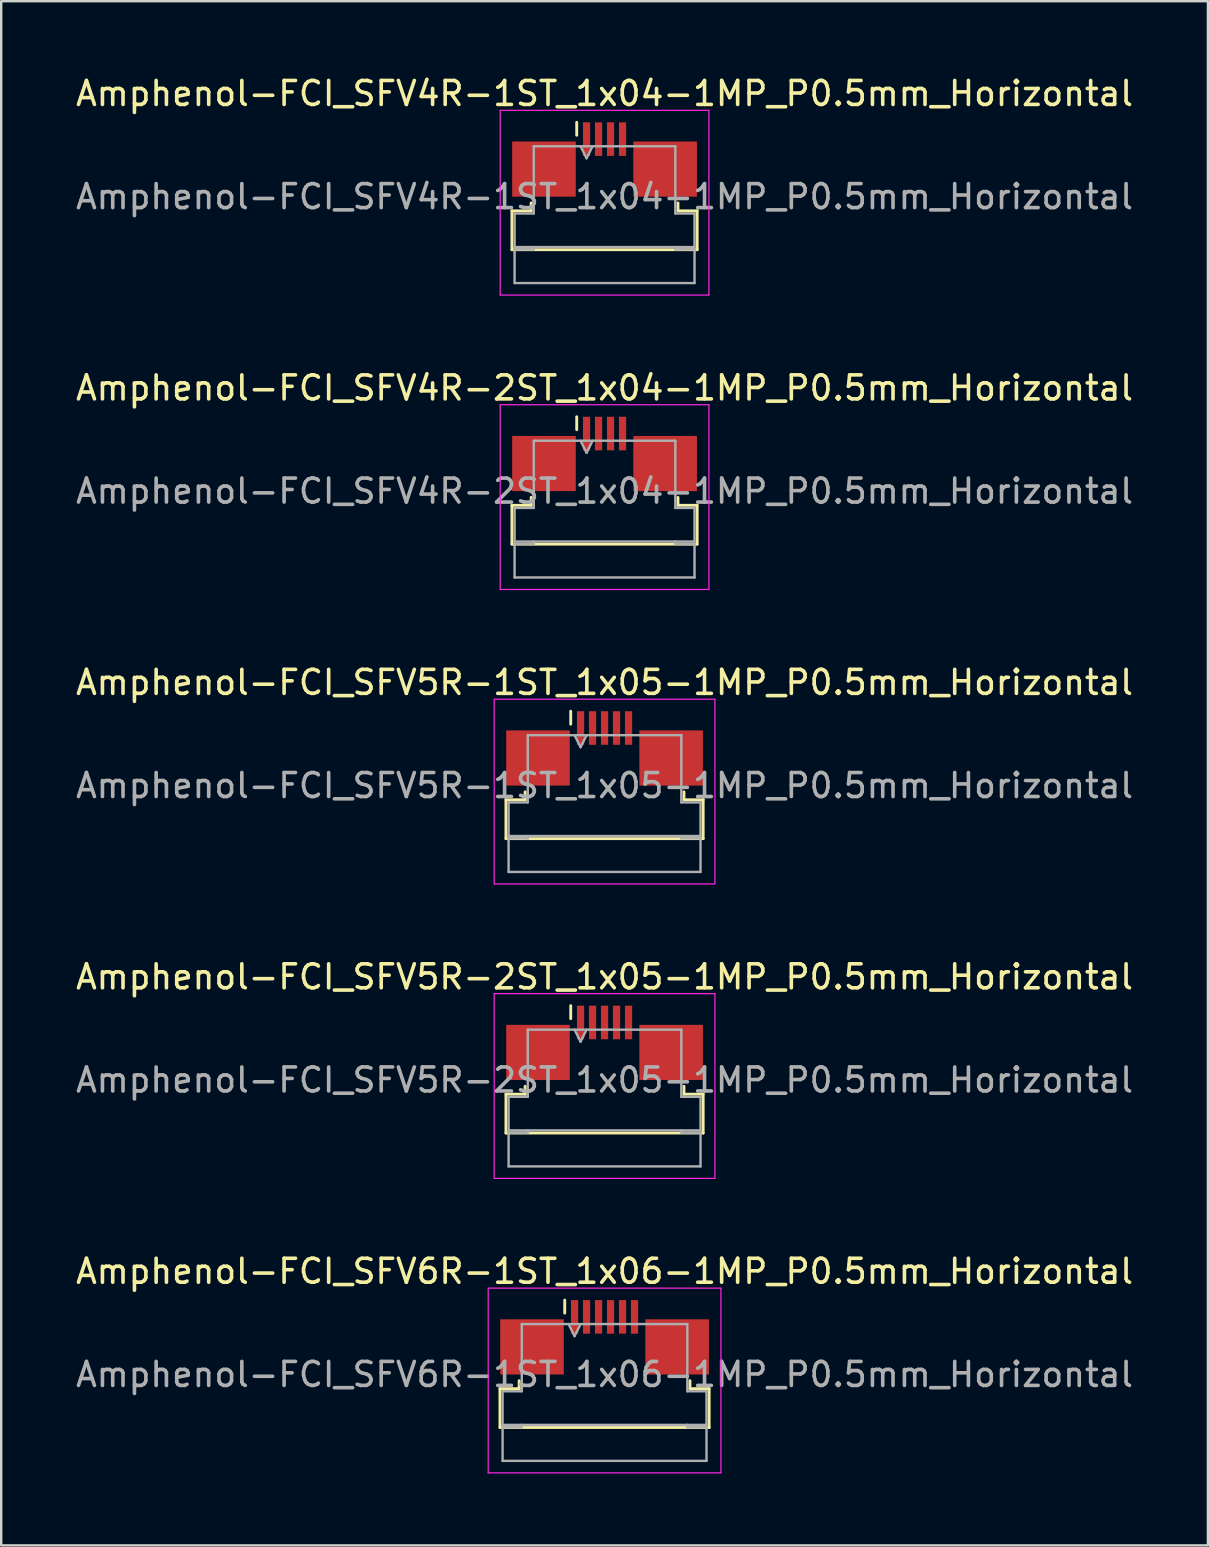
<source format=kicad_pcb>
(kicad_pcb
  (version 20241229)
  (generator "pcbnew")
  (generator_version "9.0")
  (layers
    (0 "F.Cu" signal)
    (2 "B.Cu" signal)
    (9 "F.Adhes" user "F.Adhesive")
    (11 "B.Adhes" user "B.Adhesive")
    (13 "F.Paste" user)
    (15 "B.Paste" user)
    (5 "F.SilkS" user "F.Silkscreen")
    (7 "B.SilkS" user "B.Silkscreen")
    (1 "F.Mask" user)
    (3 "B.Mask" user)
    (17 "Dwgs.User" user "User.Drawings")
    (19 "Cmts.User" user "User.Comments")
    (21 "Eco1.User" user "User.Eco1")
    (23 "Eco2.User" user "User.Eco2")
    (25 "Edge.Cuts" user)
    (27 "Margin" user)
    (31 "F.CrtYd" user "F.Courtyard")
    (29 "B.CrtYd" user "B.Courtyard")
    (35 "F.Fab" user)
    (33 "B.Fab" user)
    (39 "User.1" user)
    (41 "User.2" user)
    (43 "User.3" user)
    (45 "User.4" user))
  (footprint "Amphenol-FCI_SFV4R-1ST_1x04-1MP_P0.5mm_Horizontal"
    (layer "F.Cu")
    (at 22.149 4.748)
    (property "Reference" "Amphenol-FCI_SFV4R-1ST_1x04-1MP_P0.5mm_Horizontal" (at 0 -3.9 0) (layer "F.SilkS") (effects (font (size 1 1) (thickness 0.15))))
    (attr smd)
    (fp_line (start -3.86 0.99) (end -3.06 0.99) (stroke (width 0.12) (type solid)) (layer "F.SilkS"))
    (fp_line (start -3.86 2.61) (end -3.86 0.99) (stroke (width 0.12) (type solid)) (layer "F.SilkS"))
    (fp_line (start -3.06 0.99) (end -3.06 0.66) (stroke (width 0.12) (type solid)) (layer "F.SilkS"))
    (fp_line (start -1.16 -2.16) (end -1.16 -2.7) (stroke (width 0.12) (type solid)) (layer "F.SilkS"))
    (fp_line (start 3.06 0.66) (end 3.06 0.99) (stroke (width 0.12) (type solid)) (layer "F.SilkS"))
    (fp_line (start 3.06 0.99) (end 3.86 0.99) (stroke (width 0.12) (type solid)) (layer "F.SilkS"))
    (fp_line (start 3.86 0.99) (end 3.86 2.61) (stroke (width 0.12) (type solid)) (layer "F.SilkS"))
    (fp_line (start 3.86 2.61) (end -3.86 2.61) (stroke (width 0.12) (type solid)) (layer "F.SilkS"))
    (fp_line (start -4.35 -3.2) (end -4.35 4.5) (stroke (width 0.05) (type solid)) (layer "F.CrtYd"))
    (fp_line (start -4.35 4.5) (end 4.35 4.5) (stroke (width 0.05) (type solid)) (layer "F.CrtYd"))
    (fp_line (start 4.35 -3.2) (end -4.35 -3.2) (stroke (width 0.05) (type solid)) (layer "F.CrtYd"))
    (fp_line (start 4.35 4.5) (end 4.35 -3.2) (stroke (width 0.05) (type solid)) (layer "F.CrtYd"))
    (fp_line (start -3.75 1.1) (end -2.95 1.1) (stroke (width 0.1) (type solid)) (layer "F.Fab"))
    (fp_line (start -3.75 2.5) (end -3.75 1.1) (stroke (width 0.1) (type solid)) (layer "F.Fab"))
    (fp_line (start -3.75 2.6) (end -2.95 2.6) (stroke (width 0.1) (type solid)) (layer "F.Fab"))
    (fp_line (start -3.75 4) (end -3.75 2.6) (stroke (width 0.1) (type solid)) (layer "F.Fab"))
    (fp_line (start -2.95 -1.7) (end 2.95 -1.7) (stroke (width 0.1) (type solid)) (layer "F.Fab"))
    (fp_line (start -2.95 1.1) (end -2.95 -1.7) (stroke (width 0.1) (type solid)) (layer "F.Fab"))
    (fp_line (start -2.95 2.6) (end -2.95 2.5) (stroke (width 0.1) (type solid)) (layer "F.Fab"))
    (fp_line (start -1 -1.7) (end -0.75 -1.2) (stroke (width 0.1) (type solid)) (layer "F.Fab"))
    (fp_line (start -0.75 -1.2) (end -0.5 -1.7) (stroke (width 0.1) (type solid)) (layer "F.Fab"))
    (fp_line (start 2.95 -1.7) (end 2.95 1.1) (stroke (width 0.1) (type solid)) (layer "F.Fab"))
    (fp_line (start 2.95 1.1) (end 3.75 1.1) (stroke (width 0.1) (type solid)) (layer "F.Fab"))
    (fp_line (start 2.95 2.5) (end 2.95 2.6) (stroke (width 0.1) (type solid)) (layer "F.Fab"))
    (fp_line (start 2.95 2.6) (end 3.75 2.6) (stroke (width 0.1) (type solid)) (layer "F.Fab"))
    (fp_line (start 3.75 1.1) (end 3.75 2.5) (stroke (width 0.1) (type solid)) (layer "F.Fab"))
    (fp_line (start 3.75 2.5) (end -3.75 2.5) (stroke (width 0.1) (type solid)) (layer "F.Fab"))
    (fp_line (start 3.75 2.6) (end 3.75 4) (stroke (width 0.1) (type solid)) (layer "F.Fab"))
    (fp_line (start 3.75 4) (end -3.75 4) (stroke (width 0.1) (type solid)) (layer "F.Fab"))
    (fp_text user "${REFERENCE}" (at 0 0.4 0) (layer "F.Fab") (effects (font (size 1 1) (thickness 0.15))))
    (pad "1" smd rect (at -0.75 -2) (size 0.3 1.4) (layers "F.Cu" "F.Mask" "F.Paste"))
    (pad "2" smd rect (at -0.25 -2) (size 0.3 1.4) (layers "F.Cu" "F.Mask" "F.Paste"))
    (pad "3" smd rect (at 0.25 -2) (size 0.3 1.4) (layers "F.Cu" "F.Mask" "F.Paste"))
    (pad "4" smd rect (at 0.75 -2) (size 0.3 1.4) (layers "F.Cu" "F.Mask" "F.Paste"))
    (pad "MP" smd rect (at -2.525 -0.75) (size 2.65 2.3) (layers "F.Cu" "F.Mask" "F.Paste"))
    (pad "MP" smd rect (at 2.525 -0.75) (size 2.65 2.3) (layers "F.Cu" "F.Mask" "F.Paste")))
  (footprint "Amphenol-FCI_SFV5R-1ST_1x05-1MP_P0.5mm_Horizontal"
    (layer "F.Cu")
    (at 22.149 29.295)
    (property "Reference" "Amphenol-FCI_SFV5R-1ST_1x05-1MP_P0.5mm_Horizontal" (at 0 -3.9 0) (layer "F.SilkS") (effects (font (size 1 1) (thickness 0.15))))
    (attr smd)
    (fp_line (start -4.11 0.99) (end -3.31 0.99) (stroke (width 0.12) (type solid)) (layer "F.SilkS"))
    (fp_line (start -4.11 2.61) (end -4.11 0.99) (stroke (width 0.12) (type solid)) (layer "F.SilkS"))
    (fp_line (start -3.31 0.99) (end -3.31 0.66) (stroke (width 0.12) (type solid)) (layer "F.SilkS"))
    (fp_line (start -1.41 -2.16) (end -1.41 -2.7) (stroke (width 0.12) (type solid)) (layer "F.SilkS"))
    (fp_line (start 3.31 0.66) (end 3.31 0.99) (stroke (width 0.12) (type solid)) (layer "F.SilkS"))
    (fp_line (start 3.31 0.99) (end 4.11 0.99) (stroke (width 0.12) (type solid)) (layer "F.SilkS"))
    (fp_line (start 4.11 0.99) (end 4.11 2.61) (stroke (width 0.12) (type solid)) (layer "F.SilkS"))
    (fp_line (start 4.11 2.61) (end -4.11 2.61) (stroke (width 0.12) (type solid)) (layer "F.SilkS"))
    (fp_line (start -4.6 -3.2) (end -4.6 4.5) (stroke (width 0.05) (type solid)) (layer "F.CrtYd"))
    (fp_line (start -4.6 4.5) (end 4.6 4.5) (stroke (width 0.05) (type solid)) (layer "F.CrtYd"))
    (fp_line (start 4.6 -3.2) (end -4.6 -3.2) (stroke (width 0.05) (type solid)) (layer "F.CrtYd"))
    (fp_line (start 4.6 4.5) (end 4.6 -3.2) (stroke (width 0.05) (type solid)) (layer "F.CrtYd"))
    (fp_line (start -4 1.1) (end -3.2 1.1) (stroke (width 0.1) (type solid)) (layer "F.Fab"))
    (fp_line (start -4 2.5) (end -4 1.1) (stroke (width 0.1) (type solid)) (layer "F.Fab"))
    (fp_line (start -4 2.6) (end -3.2 2.6) (stroke (width 0.1) (type solid)) (layer "F.Fab"))
    (fp_line (start -4 4) (end -4 2.6) (stroke (width 0.1) (type solid)) (layer "F.Fab"))
    (fp_line (start -3.2 -1.7) (end 3.2 -1.7) (stroke (width 0.1) (type solid)) (layer "F.Fab"))
    (fp_line (start -3.2 1.1) (end -3.2 -1.7) (stroke (width 0.1) (type solid)) (layer "F.Fab"))
    (fp_line (start -3.2 2.6) (end -3.2 2.5) (stroke (width 0.1) (type solid)) (layer "F.Fab"))
    (fp_line (start -1.25 -1.7) (end -1 -1.2) (stroke (width 0.1) (type solid)) (layer "F.Fab"))
    (fp_line (start -1 -1.2) (end -0.75 -1.7) (stroke (width 0.1) (type solid)) (layer "F.Fab"))
    (fp_line (start 3.2 -1.7) (end 3.2 1.1) (stroke (width 0.1) (type solid)) (layer "F.Fab"))
    (fp_line (start 3.2 1.1) (end 4 1.1) (stroke (width 0.1) (type solid)) (layer "F.Fab"))
    (fp_line (start 3.2 2.5) (end 3.2 2.6) (stroke (width 0.1) (type solid)) (layer "F.Fab"))
    (fp_line (start 3.2 2.6) (end 4 2.6) (stroke (width 0.1) (type solid)) (layer "F.Fab"))
    (fp_line (start 4 1.1) (end 4 2.5) (stroke (width 0.1) (type solid)) (layer "F.Fab"))
    (fp_line (start 4 2.5) (end -4 2.5) (stroke (width 0.1) (type solid)) (layer "F.Fab"))
    (fp_line (start 4 2.6) (end 4 4) (stroke (width 0.1) (type solid)) (layer "F.Fab"))
    (fp_line (start 4 4) (end -4 4) (stroke (width 0.1) (type solid)) (layer "F.Fab"))
    (fp_text user "${REFERENCE}" (at 0 0.4 0) (layer "F.Fab") (effects (font (size 1 1) (thickness 0.15))))
    (pad "1" smd rect (at -1 -2) (size 0.3 1.4) (layers "F.Cu" "F.Mask" "F.Paste"))
    (pad "2" smd rect (at -0.5 -2) (size 0.3 1.4) (layers "F.Cu" "F.Mask" "F.Paste"))
    (pad "3" smd rect (at 0 -2) (size 0.3 1.4) (layers "F.Cu" "F.Mask" "F.Paste"))
    (pad "4" smd rect (at 0.5 -2) (size 0.3 1.4) (layers "F.Cu" "F.Mask" "F.Paste"))
    (pad "5" smd rect (at 1 -2) (size 0.3 1.4) (layers "F.Cu" "F.Mask" "F.Paste"))
    (pad "MP" smd rect (at -2.775 -0.75) (size 2.65 2.3) (layers "F.Cu" "F.Mask" "F.Paste"))
    (pad "MP" smd rect (at 2.775 -0.75) (size 2.65 2.3) (layers "F.Cu" "F.Mask" "F.Paste")))
  (footprint "Amphenol-FCI_SFV5R-2ST_1x05-1MP_P0.5mm_Horizontal"
    (layer "F.Cu")
    (at 22.149 41.568)
    (property "Reference" "Amphenol-FCI_SFV5R-2ST_1x05-1MP_P0.5mm_Horizontal" (at 0 -3.9 0) (layer "F.SilkS") (effects (font (size 1 1) (thickness 0.15))))
    (attr smd)
    (fp_line (start -4.11 0.99) (end -3.31 0.99) (stroke (width 0.12) (type solid)) (layer "F.SilkS"))
    (fp_line (start -4.11 2.61) (end -4.11 0.99) (stroke (width 0.12) (type solid)) (layer "F.SilkS"))
    (fp_line (start -3.31 0.99) (end -3.31 0.66) (stroke (width 0.12) (type solid)) (layer "F.SilkS"))
    (fp_line (start -1.41 -2.16) (end -1.41 -2.7) (stroke (width 0.12) (type solid)) (layer "F.SilkS"))
    (fp_line (start 3.31 0.66) (end 3.31 0.99) (stroke (width 0.12) (type solid)) (layer "F.SilkS"))
    (fp_line (start 3.31 0.99) (end 4.11 0.99) (stroke (width 0.12) (type solid)) (layer "F.SilkS"))
    (fp_line (start 4.11 0.99) (end 4.11 2.61) (stroke (width 0.12) (type solid)) (layer "F.SilkS"))
    (fp_line (start 4.11 2.61) (end -4.11 2.61) (stroke (width 0.12) (type solid)) (layer "F.SilkS"))
    (fp_line (start -4.6 -3.2) (end -4.6 4.5) (stroke (width 0.05) (type solid)) (layer "F.CrtYd"))
    (fp_line (start -4.6 4.5) (end 4.6 4.5) (stroke (width 0.05) (type solid)) (layer "F.CrtYd"))
    (fp_line (start 4.6 -3.2) (end -4.6 -3.2) (stroke (width 0.05) (type solid)) (layer "F.CrtYd"))
    (fp_line (start 4.6 4.5) (end 4.6 -3.2) (stroke (width 0.05) (type solid)) (layer "F.CrtYd"))
    (fp_line (start -4 1.1) (end -3.2 1.1) (stroke (width 0.1) (type solid)) (layer "F.Fab"))
    (fp_line (start -4 2.5) (end -4 1.1) (stroke (width 0.1) (type solid)) (layer "F.Fab"))
    (fp_line (start -4 2.6) (end -3.2 2.6) (stroke (width 0.1) (type solid)) (layer "F.Fab"))
    (fp_line (start -4 4) (end -4 2.6) (stroke (width 0.1) (type solid)) (layer "F.Fab"))
    (fp_line (start -3.2 -1.7) (end 3.2 -1.7) (stroke (width 0.1) (type solid)) (layer "F.Fab"))
    (fp_line (start -3.2 1.1) (end -3.2 -1.7) (stroke (width 0.1) (type solid)) (layer "F.Fab"))
    (fp_line (start -3.2 2.6) (end -3.2 2.5) (stroke (width 0.1) (type solid)) (layer "F.Fab"))
    (fp_line (start -1.25 -1.7) (end -1 -1.2) (stroke (width 0.1) (type solid)) (layer "F.Fab"))
    (fp_line (start -1 -1.2) (end -0.75 -1.7) (stroke (width 0.1) (type solid)) (layer "F.Fab"))
    (fp_line (start 3.2 -1.7) (end 3.2 1.1) (stroke (width 0.1) (type solid)) (layer "F.Fab"))
    (fp_line (start 3.2 1.1) (end 4 1.1) (stroke (width 0.1) (type solid)) (layer "F.Fab"))
    (fp_line (start 3.2 2.5) (end 3.2 2.6) (stroke (width 0.1) (type solid)) (layer "F.Fab"))
    (fp_line (start 3.2 2.6) (end 4 2.6) (stroke (width 0.1) (type solid)) (layer "F.Fab"))
    (fp_line (start 4 1.1) (end 4 2.5) (stroke (width 0.1) (type solid)) (layer "F.Fab"))
    (fp_line (start 4 2.5) (end -4 2.5) (stroke (width 0.1) (type solid)) (layer "F.Fab"))
    (fp_line (start 4 2.6) (end 4 4) (stroke (width 0.1) (type solid)) (layer "F.Fab"))
    (fp_line (start 4 4) (end -4 4) (stroke (width 0.1) (type solid)) (layer "F.Fab"))
    (fp_text user "${REFERENCE}" (at 0 0.4 0) (layer "F.Fab") (effects (font (size 1 1) (thickness 0.15))))
    (pad "1" smd rect (at -1 -2) (size 0.3 1.4) (layers "F.Cu" "F.Mask" "F.Paste"))
    (pad "2" smd rect (at -0.5 -2) (size 0.3 1.4) (layers "F.Cu" "F.Mask" "F.Paste"))
    (pad "3" smd rect (at 0 -2) (size 0.3 1.4) (layers "F.Cu" "F.Mask" "F.Paste"))
    (pad "4" smd rect (at 0.5 -2) (size 0.3 1.4) (layers "F.Cu" "F.Mask" "F.Paste"))
    (pad "5" smd rect (at 1 -2) (size 0.3 1.4) (layers "F.Cu" "F.Mask" "F.Paste"))
    (pad "MP" smd rect (at -2.775 -0.75) (size 2.65 2.3) (layers "F.Cu" "F.Mask" "F.Paste"))
    (pad "MP" smd rect (at 2.775 -0.75) (size 2.65 2.3) (layers "F.Cu" "F.Mask" "F.Paste")))
  (footprint "Amphenol-FCI_SFV6R-1ST_1x06-1MP_P0.5mm_Horizontal"
    (layer "F.Cu")
    (at 22.149 53.841)
    (property "Reference" "Amphenol-FCI_SFV6R-1ST_1x06-1MP_P0.5mm_Horizontal" (at 0 -3.9 0) (layer "F.SilkS") (effects (font (size 1 1) (thickness 0.15))))
    (attr smd)
    (fp_line (start -4.36 0.99) (end -3.56 0.99) (stroke (width 0.12) (type solid)) (layer "F.SilkS"))
    (fp_line (start -4.36 2.61) (end -4.36 0.99) (stroke (width 0.12) (type solid)) (layer "F.SilkS"))
    (fp_line (start -3.56 0.99) (end -3.56 0.66) (stroke (width 0.12) (type solid)) (layer "F.SilkS"))
    (fp_line (start -1.66 -2.16) (end -1.66 -2.7) (stroke (width 0.12) (type solid)) (layer "F.SilkS"))
    (fp_line (start 3.56 0.66) (end 3.56 0.99) (stroke (width 0.12) (type solid)) (layer "F.SilkS"))
    (fp_line (start 3.56 0.99) (end 4.36 0.99) (stroke (width 0.12) (type solid)) (layer "F.SilkS"))
    (fp_line (start 4.36 0.99) (end 4.36 2.61) (stroke (width 0.12) (type solid)) (layer "F.SilkS"))
    (fp_line (start 4.36 2.61) (end -4.36 2.61) (stroke (width 0.12) (type solid)) (layer "F.SilkS"))
    (fp_line (start -4.85 -3.2) (end -4.85 4.5) (stroke (width 0.05) (type solid)) (layer "F.CrtYd"))
    (fp_line (start -4.85 4.5) (end 4.85 4.5) (stroke (width 0.05) (type solid)) (layer "F.CrtYd"))
    (fp_line (start 4.85 -3.2) (end -4.85 -3.2) (stroke (width 0.05) (type solid)) (layer "F.CrtYd"))
    (fp_line (start 4.85 4.5) (end 4.85 -3.2) (stroke (width 0.05) (type solid)) (layer "F.CrtYd"))
    (fp_line (start -4.25 1.1) (end -3.45 1.1) (stroke (width 0.1) (type solid)) (layer "F.Fab"))
    (fp_line (start -4.25 2.5) (end -4.25 1.1) (stroke (width 0.1) (type solid)) (layer "F.Fab"))
    (fp_line (start -4.25 2.6) (end -3.45 2.6) (stroke (width 0.1) (type solid)) (layer "F.Fab"))
    (fp_line (start -4.25 4) (end -4.25 2.6) (stroke (width 0.1) (type solid)) (layer "F.Fab"))
    (fp_line (start -3.45 -1.7) (end 3.45 -1.7) (stroke (width 0.1) (type solid)) (layer "F.Fab"))
    (fp_line (start -3.45 1.1) (end -3.45 -1.7) (stroke (width 0.1) (type solid)) (layer "F.Fab"))
    (fp_line (start -3.45 2.6) (end -3.45 2.5) (stroke (width 0.1) (type solid)) (layer "F.Fab"))
    (fp_line (start -1.5 -1.7) (end -1.25 -1.2) (stroke (width 0.1) (type solid)) (layer "F.Fab"))
    (fp_line (start -1.25 -1.2) (end -1 -1.7) (stroke (width 0.1) (type solid)) (layer "F.Fab"))
    (fp_line (start 3.45 -1.7) (end 3.45 1.1) (stroke (width 0.1) (type solid)) (layer "F.Fab"))
    (fp_line (start 3.45 1.1) (end 4.25 1.1) (stroke (width 0.1) (type solid)) (layer "F.Fab"))
    (fp_line (start 3.45 2.5) (end 3.45 2.6) (stroke (width 0.1) (type solid)) (layer "F.Fab"))
    (fp_line (start 3.45 2.6) (end 4.25 2.6) (stroke (width 0.1) (type solid)) (layer "F.Fab"))
    (fp_line (start 4.25 1.1) (end 4.25 2.5) (stroke (width 0.1) (type solid)) (layer "F.Fab"))
    (fp_line (start 4.25 2.5) (end -4.25 2.5) (stroke (width 0.1) (type solid)) (layer "F.Fab"))
    (fp_line (start 4.25 2.6) (end 4.25 4) (stroke (width 0.1) (type solid)) (layer "F.Fab"))
    (fp_line (start 4.25 4) (end -4.25 4) (stroke (width 0.1) (type solid)) (layer "F.Fab"))
    (fp_text user "${REFERENCE}" (at 0 0.4 0) (layer "F.Fab") (effects (font (size 1 1) (thickness 0.15))))
    (pad "1" smd rect (at -1.25 -2) (size 0.3 1.4) (layers "F.Cu" "F.Mask" "F.Paste"))
    (pad "2" smd rect (at -0.75 -2) (size 0.3 1.4) (layers "F.Cu" "F.Mask" "F.Paste"))
    (pad "3" smd rect (at -0.25 -2) (size 0.3 1.4) (layers "F.Cu" "F.Mask" "F.Paste"))
    (pad "4" smd rect (at 0.25 -2) (size 0.3 1.4) (layers "F.Cu" "F.Mask" "F.Paste"))
    (pad "5" smd rect (at 0.75 -2) (size 0.3 1.4) (layers "F.Cu" "F.Mask" "F.Paste"))
    (pad "6" smd rect (at 1.25 -2) (size 0.3 1.4) (layers "F.Cu" "F.Mask" "F.Paste"))
    (pad "MP" smd rect (at -3.025 -0.75) (size 2.65 2.3) (layers "F.Cu" "F.Mask" "F.Paste"))
    (pad "MP" smd rect (at 3.025 -0.75) (size 2.65 2.3) (layers "F.Cu" "F.Mask" "F.Paste")))
  (footprint "Amphenol-FCI_SFV4R-2ST_1x04-1MP_P0.5mm_Horizontal"
    (layer "F.Cu")
    (at 22.149 17.021)
    (property "Reference" "Amphenol-FCI_SFV4R-2ST_1x04-1MP_P0.5mm_Horizontal" (at 0 -3.9 0) (layer "F.SilkS") (effects (font (size 1 1) (thickness 0.15))))
    (attr smd)
    (fp_line (start -3.86 0.99) (end -3.06 0.99) (stroke (width 0.12) (type solid)) (layer "F.SilkS"))
    (fp_line (start -3.86 2.61) (end -3.86 0.99) (stroke (width 0.12) (type solid)) (layer "F.SilkS"))
    (fp_line (start -3.06 0.99) (end -3.06 0.66) (stroke (width 0.12) (type solid)) (layer "F.SilkS"))
    (fp_line (start -1.16 -2.16) (end -1.16 -2.7) (stroke (width 0.12) (type solid)) (layer "F.SilkS"))
    (fp_line (start 3.06 0.66) (end 3.06 0.99) (stroke (width 0.12) (type solid)) (layer "F.SilkS"))
    (fp_line (start 3.06 0.99) (end 3.86 0.99) (stroke (width 0.12) (type solid)) (layer "F.SilkS"))
    (fp_line (start 3.86 0.99) (end 3.86 2.61) (stroke (width 0.12) (type solid)) (layer "F.SilkS"))
    (fp_line (start 3.86 2.61) (end -3.86 2.61) (stroke (width 0.12) (type solid)) (layer "F.SilkS"))
    (fp_line (start -4.35 -3.2) (end -4.35 4.5) (stroke (width 0.05) (type solid)) (layer "F.CrtYd"))
    (fp_line (start -4.35 4.5) (end 4.35 4.5) (stroke (width 0.05) (type solid)) (layer "F.CrtYd"))
    (fp_line (start 4.35 -3.2) (end -4.35 -3.2) (stroke (width 0.05) (type solid)) (layer "F.CrtYd"))
    (fp_line (start 4.35 4.5) (end 4.35 -3.2) (stroke (width 0.05) (type solid)) (layer "F.CrtYd"))
    (fp_line (start -3.75 1.1) (end -2.95 1.1) (stroke (width 0.1) (type solid)) (layer "F.Fab"))
    (fp_line (start -3.75 2.5) (end -3.75 1.1) (stroke (width 0.1) (type solid)) (layer "F.Fab"))
    (fp_line (start -3.75 2.6) (end -2.95 2.6) (stroke (width 0.1) (type solid)) (layer "F.Fab"))
    (fp_line (start -3.75 4) (end -3.75 2.6) (stroke (width 0.1) (type solid)) (layer "F.Fab"))
    (fp_line (start -2.95 -1.7) (end 2.95 -1.7) (stroke (width 0.1) (type solid)) (layer "F.Fab"))
    (fp_line (start -2.95 1.1) (end -2.95 -1.7) (stroke (width 0.1) (type solid)) (layer "F.Fab"))
    (fp_line (start -2.95 2.6) (end -2.95 2.5) (stroke (width 0.1) (type solid)) (layer "F.Fab"))
    (fp_line (start -1 -1.7) (end -0.75 -1.2) (stroke (width 0.1) (type solid)) (layer "F.Fab"))
    (fp_line (start -0.75 -1.2) (end -0.5 -1.7) (stroke (width 0.1) (type solid)) (layer "F.Fab"))
    (fp_line (start 2.95 -1.7) (end 2.95 1.1) (stroke (width 0.1) (type solid)) (layer "F.Fab"))
    (fp_line (start 2.95 1.1) (end 3.75 1.1) (stroke (width 0.1) (type solid)) (layer "F.Fab"))
    (fp_line (start 2.95 2.5) (end 2.95 2.6) (stroke (width 0.1) (type solid)) (layer "F.Fab"))
    (fp_line (start 2.95 2.6) (end 3.75 2.6) (stroke (width 0.1) (type solid)) (layer "F.Fab"))
    (fp_line (start 3.75 1.1) (end 3.75 2.5) (stroke (width 0.1) (type solid)) (layer "F.Fab"))
    (fp_line (start 3.75 2.5) (end -3.75 2.5) (stroke (width 0.1) (type solid)) (layer "F.Fab"))
    (fp_line (start 3.75 2.6) (end 3.75 4) (stroke (width 0.1) (type solid)) (layer "F.Fab"))
    (fp_line (start 3.75 4) (end -3.75 4) (stroke (width 0.1) (type solid)) (layer "F.Fab"))
    (fp_text user "${REFERENCE}" (at 0 0.4 0) (layer "F.Fab") (effects (font (size 1 1) (thickness 0.15))))
    (pad "1" smd rect (at -0.75 -2) (size 0.3 1.4) (layers "F.Cu" "F.Mask" "F.Paste"))
    (pad "2" smd rect (at -0.25 -2) (size 0.3 1.4) (layers "F.Cu" "F.Mask" "F.Paste"))
    (pad "3" smd rect (at 0.25 -2) (size 0.3 1.4) (layers "F.Cu" "F.Mask" "F.Paste"))
    (pad "4" smd rect (at 0.75 -2) (size 0.3 1.4) (layers "F.Cu" "F.Mask" "F.Paste"))
    (pad "MP" smd rect (at -2.525 -0.75) (size 2.65 2.3) (layers "F.Cu" "F.Mask" "F.Paste"))
    (pad "MP" smd rect (at 2.525 -0.75) (size 2.65 2.3) (layers "F.Cu" "F.Mask" "F.Paste")))
  (gr_rect
    (start -3 -3)
    (end 47.298 61.366)
    (stroke (width 0.1) (type default))
    (fill no)
    (layer "Edge.Cuts")))
</source>
